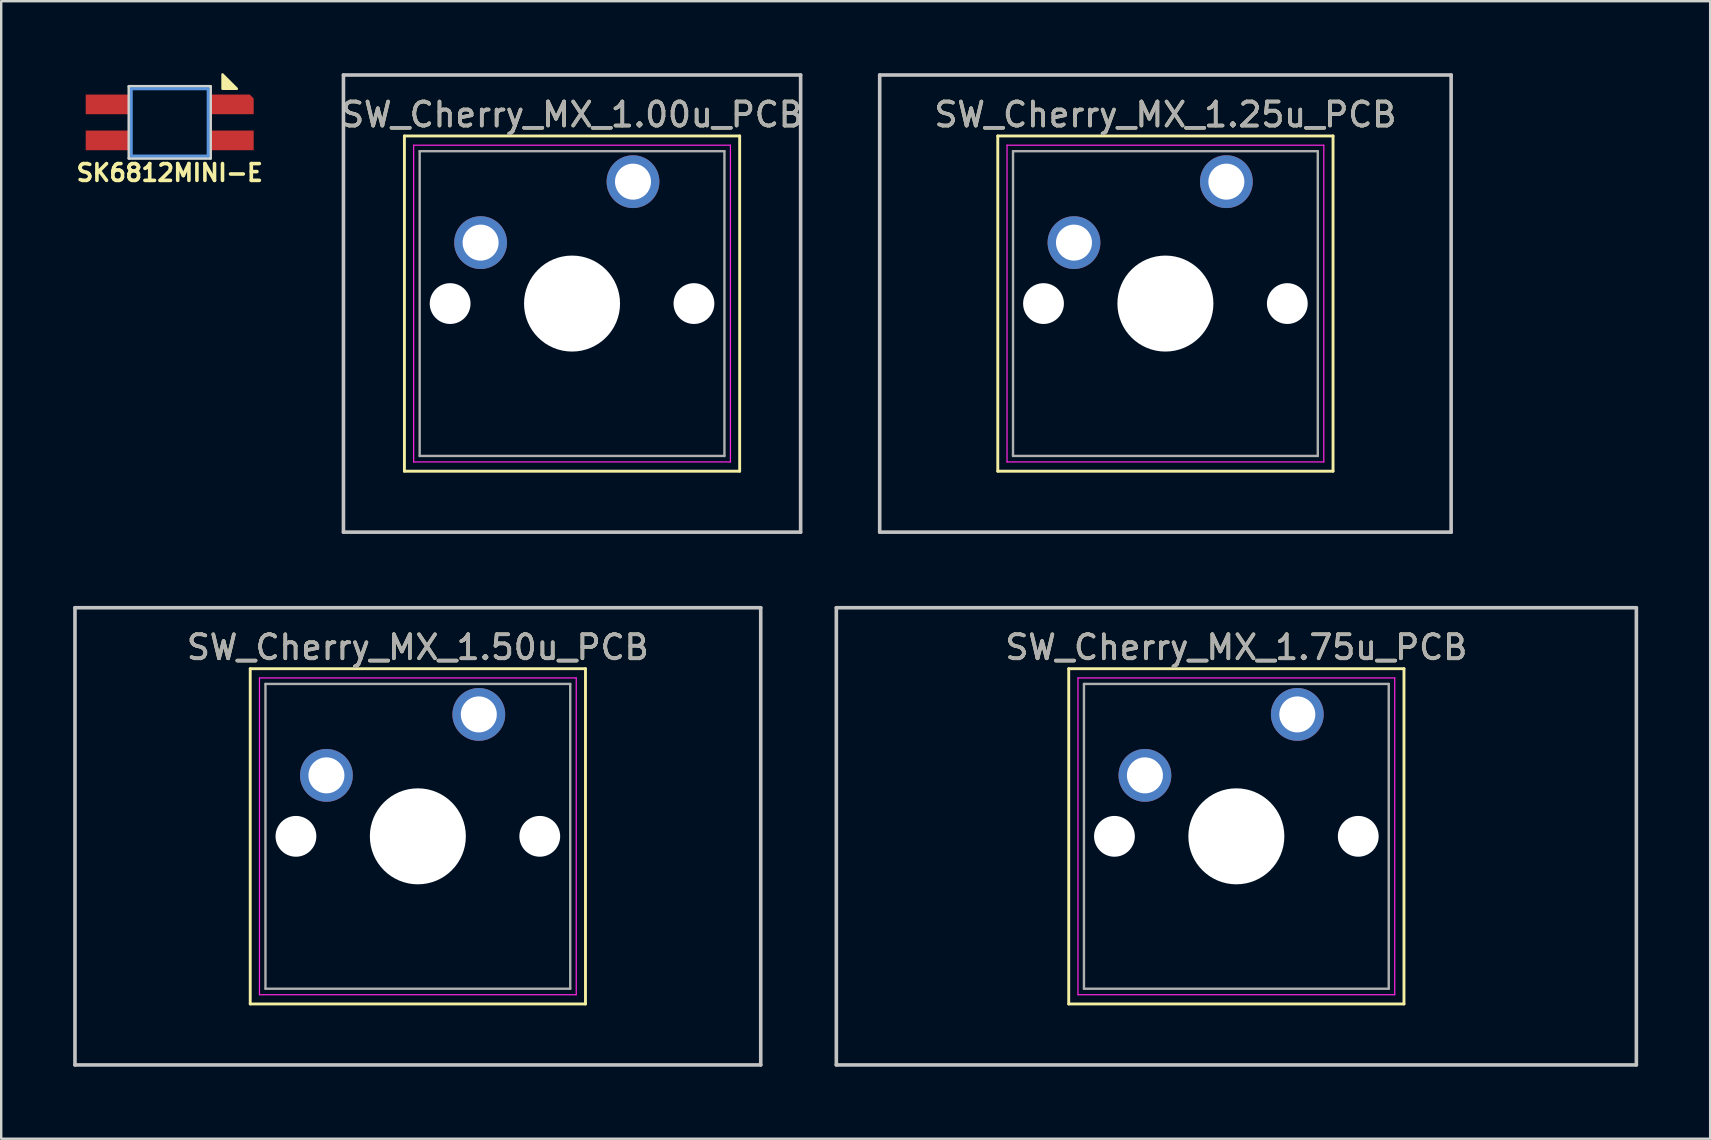
<source format=kicad_pcb>
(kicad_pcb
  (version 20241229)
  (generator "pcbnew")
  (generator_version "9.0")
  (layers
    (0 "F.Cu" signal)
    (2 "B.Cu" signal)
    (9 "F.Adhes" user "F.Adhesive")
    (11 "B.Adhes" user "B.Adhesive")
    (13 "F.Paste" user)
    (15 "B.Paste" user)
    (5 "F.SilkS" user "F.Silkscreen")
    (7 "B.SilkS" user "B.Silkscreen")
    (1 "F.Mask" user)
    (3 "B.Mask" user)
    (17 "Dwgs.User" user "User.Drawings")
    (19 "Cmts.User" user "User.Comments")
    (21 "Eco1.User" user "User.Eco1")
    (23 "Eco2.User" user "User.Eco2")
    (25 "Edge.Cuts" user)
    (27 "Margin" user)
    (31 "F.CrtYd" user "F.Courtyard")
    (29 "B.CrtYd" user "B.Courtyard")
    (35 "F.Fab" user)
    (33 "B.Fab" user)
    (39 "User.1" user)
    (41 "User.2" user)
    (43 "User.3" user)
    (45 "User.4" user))
  (footprint "SK6812MINI-E"
    (layer "F.Cu")
    (at 4.022 2.05)
    (property "Reference" "SK6812MINI-E" (at 0 2.1 0) (unlocked yes) (layer "F.SilkS") (effects (font (size 0.7 0.7) (thickness 0.15))))
    (attr through_hole)
    (fp_poly (pts (xy 2.8 -1.4) (xy 2.2 -1.4) (xy 2.2 -2)) (stroke (width 0.1) (type solid)) (fill yes) (layer "F.SilkS"))
    (fp_line (start -1.6 -1.4) (end 1.6 -1.4) (stroke (width 0.12) (type solid)) (layer "Cmts.User"))
    (fp_line (start -1.6 1.4) (end -1.6 -1.4) (stroke (width 0.12) (type solid)) (layer "Cmts.User"))
    (fp_line (start 1.6 -1.4) (end 1.6 1.4) (stroke (width 0.12) (type solid)) (layer "Cmts.User"))
    (fp_line (start 1.6 1.4) (end -1.6 1.4) (stroke (width 0.12) (type solid)) (layer "Cmts.User"))
    (fp_line (start -1.7 -1.5) (end 1.7 -1.5) (stroke (width 0.12) (type solid)) (layer "Edge.Cuts"))
    (fp_line (start -1.7 1.5) (end -1.7 -1.5) (stroke (width 0.12) (type solid)) (layer "Edge.Cuts"))
    (fp_line (start 1.7 -1.5) (end 1.7 1.5) (stroke (width 0.12) (type solid)) (layer "Edge.Cuts"))
    (fp_line (start 1.7 1.5) (end -1.7 1.5) (stroke (width 0.12) (type solid)) (layer "Edge.Cuts"))
    (pad "1" smd rect (at -2.6 -0.75) (size 1.8 0.82) (layers "F.Cu" "F.Mask" "F.Paste"))
    (pad "2" smd roundrect (at 2.6 -0.75) (size 1.8 0.82) (layers "F.Cu" "F.Mask" "F.Paste") (roundrect_rratio 0) (chamfer_ratio 0.2) (chamfer top_right))
    (pad "3" smd rect (at 2.6 0.75) (size 1.8 0.82) (layers "F.Cu" "F.Mask" "F.Paste"))
    (pad "4" smd rect (at -2.6 0.75) (size 1.8 0.82) (layers "F.Cu" "F.Mask" "F.Paste")))
  (footprint "SW_Cherry_MX_1.50u_PCB"
    (layer "F.Cu")
    (at 16.902 26.72)
    (property "Reference" "SW_Cherry_MX_1.50u_PCB" (at -2.54 -2.794 0) (layer "F.SilkS") (effects (font (size 1 1) (thickness 0.15))))
    (attr through_hole)
    (fp_line (start -9.525 -1.905) (end 4.445 -1.905) (stroke (width 0.12) (type solid)) (layer "F.SilkS"))
    (fp_line (start -9.525 12.065) (end -9.525 -1.905) (stroke (width 0.12) (type solid)) (layer "F.SilkS"))
    (fp_line (start 4.445 -1.905) (end 4.445 12.065) (stroke (width 0.12) (type solid)) (layer "F.SilkS"))
    (fp_line (start 4.445 12.065) (end -9.525 12.065) (stroke (width 0.12) (type solid)) (layer "F.SilkS"))
    (fp_line (start -16.828 -4.445) (end 11.748 -4.445) (stroke (width 0.15) (type solid)) (layer "Dwgs.User"))
    (fp_line (start -16.828 14.605) (end -16.828 -4.445) (stroke (width 0.15) (type solid)) (layer "Dwgs.User"))
    (fp_line (start 11.748 -4.445) (end 11.748 14.605) (stroke (width 0.15) (type solid)) (layer "Dwgs.User"))
    (fp_line (start 11.748 14.605) (end -16.828 14.605) (stroke (width 0.15) (type solid)) (layer "Dwgs.User"))
    (fp_line (start -9.14 -1.52) (end 4.06 -1.52) (stroke (width 0.05) (type solid)) (layer "F.CrtYd"))
    (fp_line (start -9.14 11.68) (end -9.14 -1.52) (stroke (width 0.05) (type solid)) (layer "F.CrtYd"))
    (fp_line (start 4.06 -1.52) (end 4.06 11.68) (stroke (width 0.05) (type solid)) (layer "F.CrtYd"))
    (fp_line (start 4.06 11.68) (end -9.14 11.68) (stroke (width 0.05) (type solid)) (layer "F.CrtYd"))
    (fp_line (start -8.89 -1.27) (end 3.81 -1.27) (stroke (width 0.1) (type solid)) (layer "F.Fab"))
    (fp_line (start -8.89 11.43) (end -8.89 -1.27) (stroke (width 0.1) (type solid)) (layer "F.Fab"))
    (fp_line (start 3.81 -1.27) (end 3.81 11.43) (stroke (width 0.1) (type solid)) (layer "F.Fab"))
    (fp_line (start 3.81 11.43) (end -8.89 11.43) (stroke (width 0.1) (type solid)) (layer "F.Fab"))
    (fp_text user "${REFERENCE}" (at -2.54 -2.794 0) (layer "F.Fab") (effects (font (size 1 1) (thickness 0.15))))
    (pad "" np_thru_hole circle (at -7.62 5.08) (size 1.7 1.7) (drill 1.7) (layers "*.Cu" "*.Mask"))
    (pad "" np_thru_hole circle (at -2.54 5.08) (size 4 4) (drill 4) (layers "*.Cu" "*.Mask"))
    (pad "" np_thru_hole circle (at 2.54 5.08) (size 1.7 1.7) (drill 1.7) (layers "*.Cu" "*.Mask"))
    (pad "1" thru_hole circle (at 0 0) (size 2.2 2.2) (drill 1.5) (layers "*.Cu" "*.Mask"))
    (pad "2" thru_hole circle (at -6.35 2.54) (size 2.2 2.2) (drill 1.5) (layers "*.Cu" "*.Mask")))
  (footprint "SW_Cherry_MX_1.25u_PCB"
    (layer "F.Cu")
    (at 48.053 4.52)
    (property "Reference" "SW_Cherry_MX_1.25u_PCB" (at -2.54 -2.794 0) (layer "F.SilkS") (effects (font (size 1 1) (thickness 0.15))))
    (attr through_hole)
    (fp_line (start -9.525 -1.905) (end 4.445 -1.905) (stroke (width 0.12) (type solid)) (layer "F.SilkS"))
    (fp_line (start -9.525 12.065) (end -9.525 -1.905) (stroke (width 0.12) (type solid)) (layer "F.SilkS"))
    (fp_line (start 4.445 -1.905) (end 4.445 12.065) (stroke (width 0.12) (type solid)) (layer "F.SilkS"))
    (fp_line (start 4.445 12.065) (end -9.525 12.065) (stroke (width 0.12) (type solid)) (layer "F.SilkS"))
    (fp_line (start -14.446 -4.445) (end 9.366 -4.445) (stroke (width 0.15) (type solid)) (layer "Dwgs.User"))
    (fp_line (start -14.446 14.605) (end -14.446 -4.445) (stroke (width 0.15) (type solid)) (layer "Dwgs.User"))
    (fp_line (start 9.366 -4.445) (end 9.366 14.605) (stroke (width 0.15) (type solid)) (layer "Dwgs.User"))
    (fp_line (start 9.366 14.605) (end -14.446 14.605) (stroke (width 0.15) (type solid)) (layer "Dwgs.User"))
    (fp_line (start -9.14 -1.52) (end 4.06 -1.52) (stroke (width 0.05) (type solid)) (layer "F.CrtYd"))
    (fp_line (start -9.14 11.68) (end -9.14 -1.52) (stroke (width 0.05) (type solid)) (layer "F.CrtYd"))
    (fp_line (start 4.06 -1.52) (end 4.06 11.68) (stroke (width 0.05) (type solid)) (layer "F.CrtYd"))
    (fp_line (start 4.06 11.68) (end -9.14 11.68) (stroke (width 0.05) (type solid)) (layer "F.CrtYd"))
    (fp_line (start -8.89 -1.27) (end 3.81 -1.27) (stroke (width 0.1) (type solid)) (layer "F.Fab"))
    (fp_line (start -8.89 11.43) (end -8.89 -1.27) (stroke (width 0.1) (type solid)) (layer "F.Fab"))
    (fp_line (start 3.81 -1.27) (end 3.81 11.43) (stroke (width 0.1) (type solid)) (layer "F.Fab"))
    (fp_line (start 3.81 11.43) (end -8.89 11.43) (stroke (width 0.1) (type solid)) (layer "F.Fab"))
    (fp_text user "${REFERENCE}" (at -2.54 -2.794 0) (layer "F.Fab") (effects (font (size 1 1) (thickness 0.15))))
    (pad "" np_thru_hole circle (at -7.62 5.08) (size 1.7 1.7) (drill 1.7) (layers "*.Cu" "*.Mask"))
    (pad "" np_thru_hole circle (at -2.54 5.08) (size 4 4) (drill 4) (layers "*.Cu" "*.Mask"))
    (pad "" np_thru_hole circle (at 2.54 5.08) (size 1.7 1.7) (drill 1.7) (layers "*.Cu" "*.Mask"))
    (pad "1" thru_hole circle (at 0 0) (size 2.2 2.2) (drill 1.5) (layers "*.Cu" "*.Mask"))
    (pad "2" thru_hole circle (at -6.35 2.54) (size 2.2 2.2) (drill 1.5) (layers "*.Cu" "*.Mask")))
  (footprint "SW_Cherry_MX_1.00u_PCB"
    (layer "F.Cu")
    (at 23.327 4.52)
    (property "Reference" "SW_Cherry_MX_1.00u_PCB" (at -2.54 -2.794 0) (layer "F.SilkS") (effects (font (size 1 1) (thickness 0.15))))
    (attr through_hole)
    (fp_line (start -9.525 -1.905) (end 4.445 -1.905) (stroke (width 0.12) (type solid)) (layer "F.SilkS"))
    (fp_line (start -9.525 12.065) (end -9.525 -1.905) (stroke (width 0.12) (type solid)) (layer "F.SilkS"))
    (fp_line (start 4.445 -1.905) (end 4.445 12.065) (stroke (width 0.12) (type solid)) (layer "F.SilkS"))
    (fp_line (start 4.445 12.065) (end -9.525 12.065) (stroke (width 0.12) (type solid)) (layer "F.SilkS"))
    (fp_line (start -12.065 -4.445) (end 6.985 -4.445) (stroke (width 0.15) (type solid)) (layer "Dwgs.User"))
    (fp_line (start -12.065 14.605) (end -12.065 -4.445) (stroke (width 0.15) (type solid)) (layer "Dwgs.User"))
    (fp_line (start 6.985 -4.445) (end 6.985 14.605) (stroke (width 0.15) (type solid)) (layer "Dwgs.User"))
    (fp_line (start 6.985 14.605) (end -12.065 14.605) (stroke (width 0.15) (type solid)) (layer "Dwgs.User"))
    (fp_line (start -9.14 -1.52) (end 4.06 -1.52) (stroke (width 0.05) (type solid)) (layer "F.CrtYd"))
    (fp_line (start -9.14 11.68) (end -9.14 -1.52) (stroke (width 0.05) (type solid)) (layer "F.CrtYd"))
    (fp_line (start 4.06 -1.52) (end 4.06 11.68) (stroke (width 0.05) (type solid)) (layer "F.CrtYd"))
    (fp_line (start 4.06 11.68) (end -9.14 11.68) (stroke (width 0.05) (type solid)) (layer "F.CrtYd"))
    (fp_line (start -8.89 -1.27) (end 3.81 -1.27) (stroke (width 0.1) (type solid)) (layer "F.Fab"))
    (fp_line (start -8.89 11.43) (end -8.89 -1.27) (stroke (width 0.1) (type solid)) (layer "F.Fab"))
    (fp_line (start 3.81 -1.27) (end 3.81 11.43) (stroke (width 0.1) (type solid)) (layer "F.Fab"))
    (fp_line (start 3.81 11.43) (end -8.89 11.43) (stroke (width 0.1) (type solid)) (layer "F.Fab"))
    (fp_text user "${REFERENCE}" (at -2.54 -2.794 0) (layer "F.Fab") (effects (font (size 1 1) (thickness 0.15))))
    (pad "" np_thru_hole circle (at -7.62 5.08) (size 1.7 1.7) (drill 1.7) (layers "*.Cu" "*.Mask"))
    (pad "" np_thru_hole circle (at -2.54 5.08) (size 4 4) (drill 4) (layers "*.Cu" "*.Mask"))
    (pad "" np_thru_hole circle (at 2.54 5.08) (size 1.7 1.7) (drill 1.7) (layers "*.Cu" "*.Mask"))
    (pad "1" thru_hole circle (at 0 0) (size 2.2 2.2) (drill 1.5) (layers "*.Cu" "*.Mask"))
    (pad "2" thru_hole circle (at -6.35 2.54) (size 2.2 2.2) (drill 1.5) (layers "*.Cu" "*.Mask")))
  (footprint "SW_Cherry_MX_1.75u_PCB"
    (layer "F.Cu")
    (at 51.009 26.72)
    (property "Reference" "SW_Cherry_MX_1.75u_PCB" (at -2.54 -2.794 0) (layer "F.SilkS") (effects (font (size 1 1) (thickness 0.15))))
    (attr through_hole)
    (fp_line (start -9.525 -1.905) (end 4.445 -1.905) (stroke (width 0.12) (type solid)) (layer "F.SilkS"))
    (fp_line (start -9.525 12.065) (end -9.525 -1.905) (stroke (width 0.12) (type solid)) (layer "F.SilkS"))
    (fp_line (start 4.445 -1.905) (end 4.445 12.065) (stroke (width 0.12) (type solid)) (layer "F.SilkS"))
    (fp_line (start 4.445 12.065) (end -9.525 12.065) (stroke (width 0.12) (type solid)) (layer "F.SilkS"))
    (fp_line (start -19.209 -4.445) (end 14.129 -4.445) (stroke (width 0.15) (type solid)) (layer "Dwgs.User"))
    (fp_line (start -19.209 14.605) (end -19.209 -4.445) (stroke (width 0.15) (type solid)) (layer "Dwgs.User"))
    (fp_line (start 14.129 -4.445) (end 14.129 14.605) (stroke (width 0.15) (type solid)) (layer "Dwgs.User"))
    (fp_line (start 14.129 14.605) (end -19.209 14.605) (stroke (width 0.15) (type solid)) (layer "Dwgs.User"))
    (fp_line (start -9.14 -1.52) (end 4.06 -1.52) (stroke (width 0.05) (type solid)) (layer "F.CrtYd"))
    (fp_line (start -9.14 11.68) (end -9.14 -1.52) (stroke (width 0.05) (type solid)) (layer "F.CrtYd"))
    (fp_line (start 4.06 -1.52) (end 4.06 11.68) (stroke (width 0.05) (type solid)) (layer "F.CrtYd"))
    (fp_line (start 4.06 11.68) (end -9.14 11.68) (stroke (width 0.05) (type solid)) (layer "F.CrtYd"))
    (fp_line (start -8.89 -1.27) (end 3.81 -1.27) (stroke (width 0.1) (type solid)) (layer "F.Fab"))
    (fp_line (start -8.89 11.43) (end -8.89 -1.27) (stroke (width 0.1) (type solid)) (layer "F.Fab"))
    (fp_line (start 3.81 -1.27) (end 3.81 11.43) (stroke (width 0.1) (type solid)) (layer "F.Fab"))
    (fp_line (start 3.81 11.43) (end -8.89 11.43) (stroke (width 0.1) (type solid)) (layer "F.Fab"))
    (fp_text user "${REFERENCE}" (at -2.54 -2.794 0) (layer "F.Fab") (effects (font (size 1 1) (thickness 0.15))))
    (pad "" np_thru_hole circle (at -7.62 5.08) (size 1.7 1.7) (drill 1.7) (layers "*.Cu" "*.Mask"))
    (pad "" np_thru_hole circle (at -2.54 5.08) (size 4 4) (drill 4) (layers "*.Cu" "*.Mask"))
    (pad "" np_thru_hole circle (at 2.54 5.08) (size 1.7 1.7) (drill 1.7) (layers "*.Cu" "*.Mask"))
    (pad "1" thru_hole circle (at 0 0) (size 2.2 2.2) (drill 1.5) (layers "*.Cu" "*.Mask"))
    (pad "2" thru_hole circle (at -6.35 2.54) (size 2.2 2.2) (drill 1.5) (layers "*.Cu" "*.Mask")))
  (gr_rect
    (start -3 -3)
    (end 68.213 44.4)
    (stroke (width 0.1) (type default))
    (fill no)
    (layer "Edge.Cuts")))
</source>
